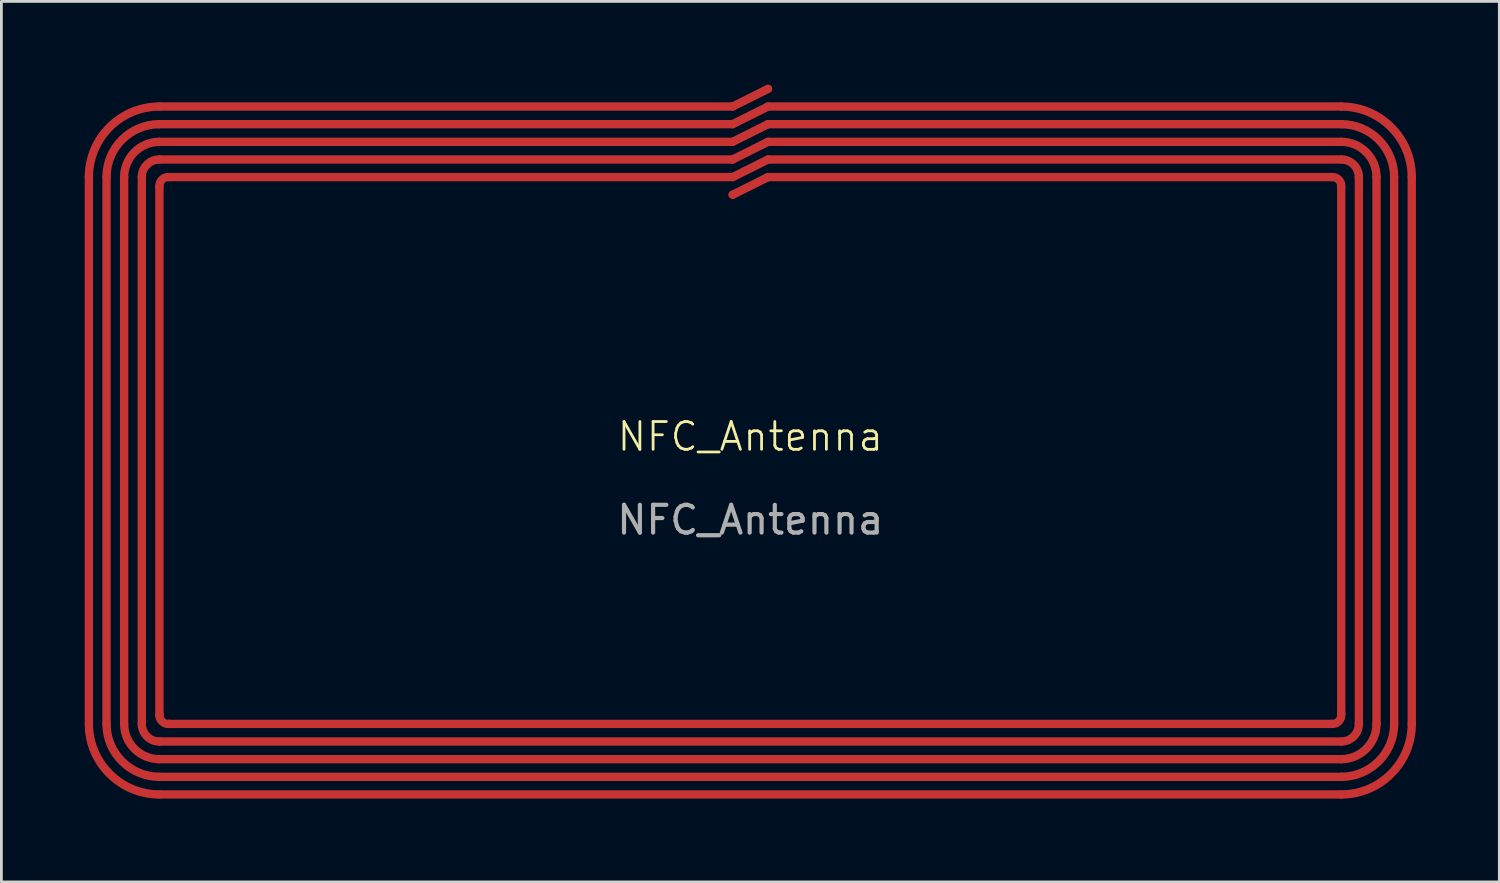
<source format=kicad_pcb>
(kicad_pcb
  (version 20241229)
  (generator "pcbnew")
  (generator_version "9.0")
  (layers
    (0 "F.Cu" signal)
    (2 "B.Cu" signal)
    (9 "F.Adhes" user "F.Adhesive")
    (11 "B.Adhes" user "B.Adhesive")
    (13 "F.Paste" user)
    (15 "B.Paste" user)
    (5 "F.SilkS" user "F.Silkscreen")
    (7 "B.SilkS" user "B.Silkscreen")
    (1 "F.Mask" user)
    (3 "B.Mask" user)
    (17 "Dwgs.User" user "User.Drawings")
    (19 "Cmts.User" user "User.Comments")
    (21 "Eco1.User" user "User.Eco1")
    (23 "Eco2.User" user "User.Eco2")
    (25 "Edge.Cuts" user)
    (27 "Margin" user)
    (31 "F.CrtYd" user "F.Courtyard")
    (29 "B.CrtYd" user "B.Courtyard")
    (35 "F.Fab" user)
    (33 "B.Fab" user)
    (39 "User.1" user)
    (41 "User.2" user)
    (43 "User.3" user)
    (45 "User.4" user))
  (footprint "NFC_Antenna"
    (layer "F.Cu")
    (at 23.962 13.168)
    (property "Reference" "NFC_Antenna" (at 0 -0.5 0) (unlocked yes) (layer "F.SilkS") (effects (font (size 1 1) (thickness 0.1))))
    (attr smd)
    (fp_line (start -23.812 -9.842) (end -23.812 9.842) (stroke (width 0.3) (type default)) (layer "F.Cu"))
    (fp_line (start -23.177 -9.842) (end -23.177 9.842) (stroke (width 0.3) (type default)) (layer "F.Cu"))
    (fp_line (start -22.543 -9.842) (end -22.543 9.842) (stroke (width 0.3) (type default)) (layer "F.Cu"))
    (fp_line (start -21.907 -9.842) (end -21.907 9.842) (stroke (width 0.3) (type default)) (layer "F.Cu"))
    (fp_line (start -21.273 -9.488) (end -21.273 9.525) (stroke (width 0.3) (type default)) (layer "F.Cu"))
    (fp_line (start -21.273 -12.383) (end -0.635 -12.383) (stroke (width 0.3) (type default)) (layer "F.Cu"))
    (fp_line (start -21.273 -11.748) (end -0.635 -11.748) (stroke (width 0.3) (type default)) (layer "F.Cu"))
    (fp_line (start -21.273 -11.113) (end -0.635 -11.113) (stroke (width 0.3) (type default)) (layer "F.Cu"))
    (fp_line (start -21.273 -10.477) (end -0.635 -10.477) (stroke (width 0.3) (type default)) (layer "F.Cu"))
    (fp_line (start -21.273 10.477) (end 21.273 10.477) (stroke (width 0.3) (type default)) (layer "F.Cu"))
    (fp_line (start -21.273 11.113) (end 21.273 11.113) (stroke (width 0.3) (type default)) (layer "F.Cu"))
    (fp_line (start -21.273 11.748) (end 21.273 11.748) (stroke (width 0.3) (type default)) (layer "F.Cu"))
    (fp_line (start -21.273 12.383) (end 21.273 12.383) (stroke (width 0.3) (type default)) (layer "F.Cu"))
    (fp_line (start -20.918 -9.842) (end -0.635 -9.842) (stroke (width 0.3) (type default)) (layer "F.Cu"))
    (fp_line (start -20.918 9.842) (end 20.918 9.842) (stroke (width 0.3) (type default)) (layer "F.Cu"))
    (fp_line (start -0.635 -12.383) (end 0.635 -13.018) (stroke (width 0.3) (type default)) (layer "F.Cu"))
    (fp_line (start -0.635 -11.748) (end 0.635 -12.383) (stroke (width 0.3) (type default)) (layer "F.Cu"))
    (fp_line (start -0.635 -11.113) (end 0.635 -11.748) (stroke (width 0.3) (type default)) (layer "F.Cu"))
    (fp_line (start -0.635 -10.477) (end 0.635 -11.113) (stroke (width 0.3) (type default)) (layer "F.Cu"))
    (fp_line (start -0.635 -9.842) (end 0.635 -10.477) (stroke (width 0.3) (type default)) (layer "F.Cu"))
    (fp_line (start -0.635 -9.207) (end 0.635 -9.842) (stroke (width 0.3) (type default)) (layer "F.Cu"))
    (fp_line (start 0.635 -12.383) (end 21.273 -12.383) (stroke (width 0.3) (type default)) (layer "F.Cu"))
    (fp_line (start 0.635 -11.748) (end 21.273 -11.748) (stroke (width 0.3) (type default)) (layer "F.Cu"))
    (fp_line (start 0.635 -11.113) (end 21.273 -11.113) (stroke (width 0.3) (type default)) (layer "F.Cu"))
    (fp_line (start 0.635 -10.477) (end 21.273 -10.477) (stroke (width 0.3) (type default)) (layer "F.Cu"))
    (fp_line (start 0.635 -9.842) (end 20.918 -9.843) (stroke (width 0.3) (type default)) (layer "F.Cu"))
    (fp_line (start 21.273 -9.488) (end 21.273 9.488) (stroke (width 0.3) (type default)) (layer "F.Cu"))
    (fp_line (start 21.907 -9.842) (end 21.907 9.842) (stroke (width 0.3) (type default)) (layer "F.Cu"))
    (fp_line (start 22.543 -9.842) (end 22.543 9.842) (stroke (width 0.3) (type default)) (layer "F.Cu"))
    (fp_line (start 23.177 -9.842) (end 23.177 9.842) (stroke (width 0.3) (type default)) (layer "F.Cu"))
    (fp_line (start 23.812 -9.842) (end 23.812 9.842) (stroke (width 0.3) (type default)) (layer "F.Cu"))
    (fp_arc (start -23.8125 -9.8425) (mid -23.068551 -11.638551) (end -21.2725 -12.3825) (stroke (width 0.3) (type default)) (layer "F.Cu"))
    (fp_arc (start -23.1775 -9.8425) (mid -22.619538 -11.189538) (end -21.2725 -11.7475) (stroke (width 0.3) (type default)) (layer "F.Cu"))
    (fp_arc (start -22.5425 -9.8425) (mid -22.170526 -10.740526) (end -21.2725 -11.1125) (stroke (width 0.3) (type default)) (layer "F.Cu"))
    (fp_arc (start -21.9075 -9.8425) (mid -21.721513 -10.291513) (end -21.2725 -10.4775) (stroke (width 0.3) (type default)) (layer "F.Cu"))
    (fp_arc (start -21.272501 -9.487525) (mid -21.181066 -9.751066) (end -20.917525 -9.8425) (stroke (width 0.3) (type default)) (layer "F.Cu"))
    (fp_arc (start -21.2725 10.4775) (mid -21.721513 10.291513) (end -21.9075 9.8425) (stroke (width 0.3) (type default)) (layer "F.Cu"))
    (fp_arc (start -21.2725 11.1125) (mid -22.170526 10.740526) (end -22.5425 9.8425) (stroke (width 0.3) (type default)) (layer "F.Cu"))
    (fp_arc (start -21.2725 11.7475) (mid -22.619538 11.189538) (end -23.1775 9.8425) (stroke (width 0.3) (type default)) (layer "F.Cu"))
    (fp_arc (start -21.2725 12.3825) (mid -23.068551 11.638551) (end -23.8125 9.8425) (stroke (width 0.3) (type default)) (layer "F.Cu"))
    (fp_arc (start -20.917525 9.8425) (mid -21.181066 9.751065) (end -21.2725 9.487524) (stroke (width 0.3) (type default)) (layer "F.Cu"))
    (fp_arc (start 20.917525 -9.842501) (mid 21.181066 -9.751066) (end 21.2725 -9.487525) (stroke (width 0.3) (type default)) (layer "F.Cu"))
    (fp_arc (start 21.2725 -12.3825) (mid 23.068551 -11.638551) (end 23.8125 -9.8425) (stroke (width 0.3) (type default)) (layer "F.Cu"))
    (fp_arc (start 21.2725 -11.7475) (mid 22.619538 -11.189538) (end 23.1775 -9.8425) (stroke (width 0.3) (type default)) (layer "F.Cu"))
    (fp_arc (start 21.2725 -11.1125) (mid 22.170526 -10.740526) (end 22.5425 -9.8425) (stroke (width 0.3) (type default)) (layer "F.Cu"))
    (fp_arc (start 21.2725 -10.4775) (mid 21.721513 -10.291513) (end 21.9075 -9.8425) (stroke (width 0.3) (type default)) (layer "F.Cu"))
    (fp_arc (start 21.272501 9.487525) (mid 21.181066 9.751066) (end 20.917525 9.8425) (stroke (width 0.3) (type default)) (layer "F.Cu"))
    (fp_arc (start 21.9075 9.8425) (mid 21.721513 10.291513) (end 21.2725 10.4775) (stroke (width 0.3) (type default)) (layer "F.Cu"))
    (fp_arc (start 22.5425 9.8425) (mid 22.170526 10.740526) (end 21.2725 11.1125) (stroke (width 0.3) (type default)) (layer "F.Cu"))
    (fp_arc (start 23.1775 9.8425) (mid 22.619538 11.189538) (end 21.2725 11.7475) (stroke (width 0.3) (type default)) (layer "F.Cu"))
    (fp_arc (start 23.8125 9.8425) (mid 23.068551 11.638551) (end 21.2725 12.3825) (stroke (width 0.3) (type default)) (layer "F.Cu"))
    (fp_text user "${REFERENCE}" (at 0 2.5 0) (unlocked yes) (layer "F.Fab") (effects (font (size 1 1) (thickness 0.15))))
    (pad "1" smd circle (at 0.635 -13.018) (size 0.3 0.3) (layers "F.Cu"))
    (pad "2" smd circle (at -0.635 -9.207) (size 0.3 0.3) (layers "F.Cu")))
  (gr_rect
    (start -3 -3)
    (end 50.925 28.7)
    (stroke (width 0.1) (type default))
    (fill no)
    (layer "Edge.Cuts")))
</source>
